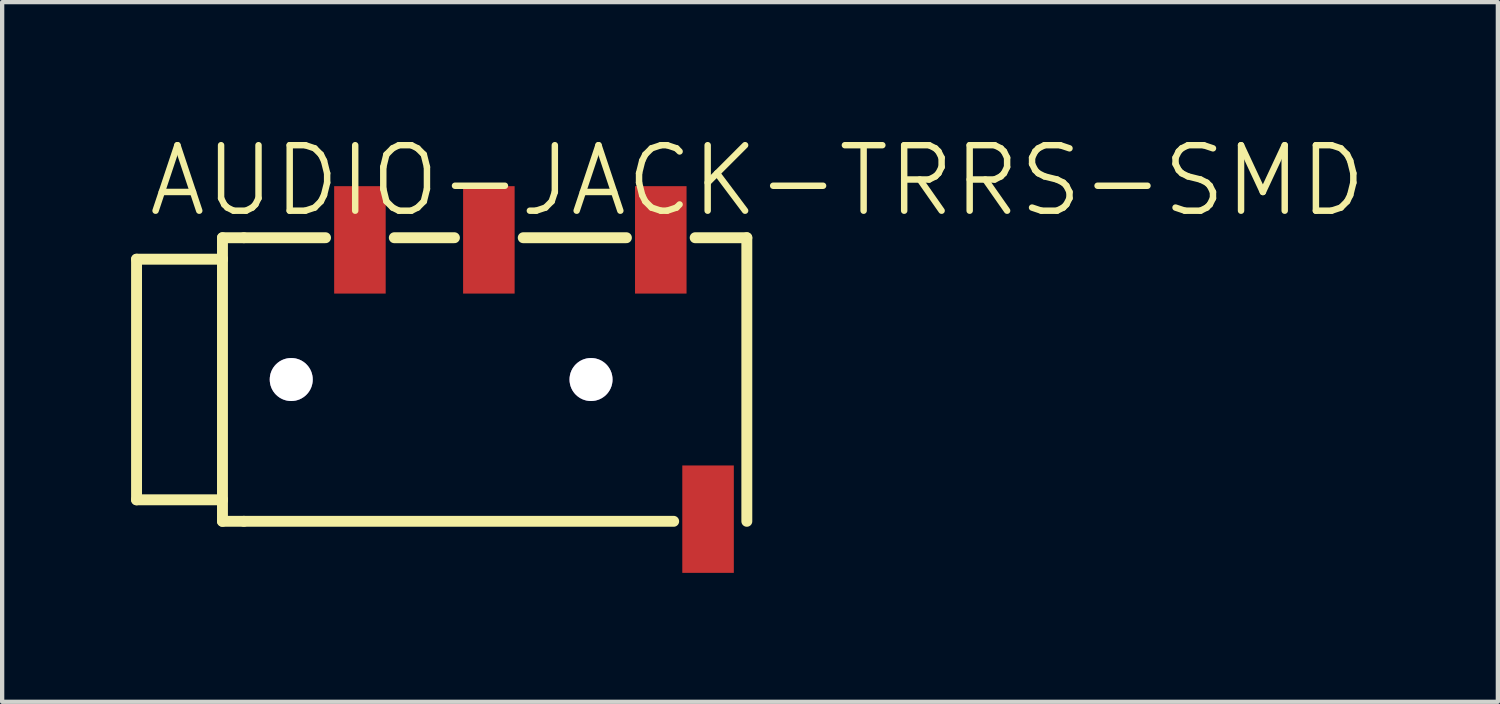
<source format=kicad_pcb>
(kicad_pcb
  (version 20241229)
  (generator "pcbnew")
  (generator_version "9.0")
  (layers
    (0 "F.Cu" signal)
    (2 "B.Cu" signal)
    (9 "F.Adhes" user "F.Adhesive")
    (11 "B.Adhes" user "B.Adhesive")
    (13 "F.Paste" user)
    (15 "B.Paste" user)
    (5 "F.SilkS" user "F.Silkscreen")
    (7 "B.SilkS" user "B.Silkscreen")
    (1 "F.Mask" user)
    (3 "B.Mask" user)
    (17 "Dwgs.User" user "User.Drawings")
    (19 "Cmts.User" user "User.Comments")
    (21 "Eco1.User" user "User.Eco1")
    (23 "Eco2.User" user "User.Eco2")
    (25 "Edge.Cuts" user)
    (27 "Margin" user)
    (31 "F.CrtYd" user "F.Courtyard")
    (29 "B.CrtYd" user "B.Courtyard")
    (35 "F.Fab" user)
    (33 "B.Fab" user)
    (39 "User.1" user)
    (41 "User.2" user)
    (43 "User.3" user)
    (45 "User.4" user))
  (footprint "AUDIO-JACK-TRRS-SMD"
    (layer "F.Cu")
    (at 2.126 5.78)
    (property "Reference" "AUDIO-JACK-TRRS-SMD" (at 12.45 -4.625 0) (layer "F.SilkS") (effects (font (size 1.524 1.524) (thickness 0.15))))
    (attr smd)
    (fp_line (start -1.999 -2.799) (end -1.999 2.799) (stroke (width 0.254) (type solid)) (layer "F.SilkS"))
    (fp_line (start -1.999 2.799) (end 0 2.799) (stroke (width 0.254) (type solid)) (layer "F.SilkS"))
    (fp_line (start 0 -3.299) (end 0 -2.799) (stroke (width 0.254) (type solid)) (layer "F.SilkS"))
    (fp_line (start 0 -2.799) (end -1.999 -2.799) (stroke (width 0.254) (type solid)) (layer "F.SilkS"))
    (fp_line (start 0 -2.799) (end 0 2.799) (stroke (width 0.254) (type solid)) (layer "F.SilkS"))
    (fp_line (start 0 2.799) (end 0 3.299) (stroke (width 0.254) (type solid)) (layer "F.SilkS"))
    (fp_line (start 0 3.299) (end 0.498 3.299) (stroke (width 0.254) (type solid)) (layer "F.SilkS"))
    (fp_line (start 0.498 -3.299) (end 0 -3.299) (stroke (width 0.254) (type solid)) (layer "F.SilkS"))
    (fp_line (start 0.498 -3.299) (end 2.398 -3.299) (stroke (width 0.254) (type solid)) (layer "F.SilkS"))
    (fp_line (start 0.498 3.299) (end 10.498 3.299) (stroke (width 0.254) (type solid)) (layer "F.SilkS"))
    (fp_line (start 3.998 -3.299) (end 5.397 -3.299) (stroke (width 0.254) (type solid)) (layer "F.SilkS"))
    (fp_line (start 6.998 -3.299) (end 9.398 -3.299) (stroke (width 0.254) (type solid)) (layer "F.SilkS"))
    (fp_line (start 12.2 -3.299) (end 10.998 -3.299) (stroke (width 0.254) (type solid)) (layer "F.SilkS"))
    (fp_line (start 12.2 -3.299) (end 12.2 3.299) (stroke (width 0.254) (type solid)) (layer "F.SilkS"))
    (pad "1" thru_hole circle (at 8.575 0) (size 1 1) (drill 1) (layers "*.Cu" "*.Mask"))
    (pad "3" thru_hole circle (at 1.6 0) (size 1 1) (drill 1) (layers "*.Cu" "*.Mask"))
    (pad "EART" smd rect (at 11.298 3.249) (size 1.199 2.499) (layers "F.Cu" "F.Mask" "F.Paste"))
    (pad "RING" smd rect (at 6.198 -3.249) (size 1.199 2.499) (layers "F.Cu" "F.Mask" "F.Paste"))
    (pad "RING2" smd rect (at 3.198 -3.249 180) (size 1.199 2.499) (layers "F.Cu" "F.Mask" "F.Paste"))
    (pad "TIP" smd rect (at 10.198 -3.249) (size 1.199 2.499) (layers "F.Cu" "F.Mask" "F.Paste")))
  (gr_rect
    (start -3 -3)
    (end 31.8 13.278)
    (stroke (width 0.1) (type default))
    (fill no)
    (layer "Edge.Cuts")))
</source>
